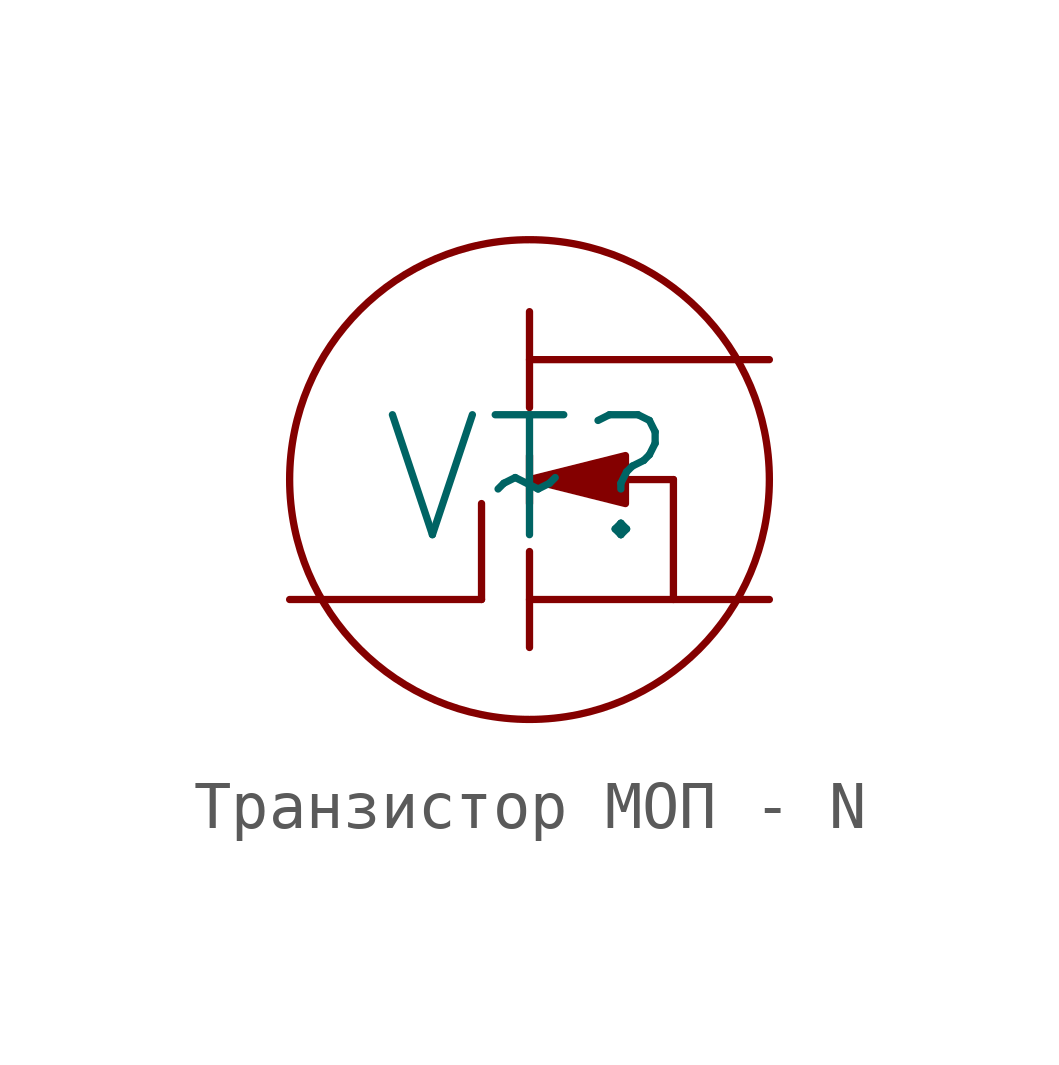
<source format=kicad_sym>
(kicad_symbol_lib
  (version 20220914)
  (generator kicad_symbol_editor)
  (symbol "Транзистор МОП - N"
    (pin_numbers hide)
    (pin_names
      (offset 0) hide)
    (property "Reference" "VT"
      (at 0 0 0)
      (effects (font (size 2.5 2.5))))
    (property "Value" "~"
      (at 0 0 0)
      (effects (font (size 2.5 2.5))))
    (symbol "Транзистор МОП - N_0_1"
      (polyline (pts (xy -1 -2.5) (xy -1 -0.5)) (stroke (width 0) (type default)) (fill (type none)))
      (polyline (pts (xy 0 -1.5) (xy 0 -3.5)) (stroke (width 0) (type default)) (fill (type none)))
      (polyline (pts (xy 0 0) (xy 3 0)) (stroke (width 0) (type default)) (fill (type none)))
      (polyline (pts (xy 0 0.5) (xy 0 -0.5)) (stroke (width 0) (type default)) (fill (type none)))
      (polyline (pts (xy 0 3.5) (xy 0 1.5)) (stroke (width 0) (type default)) (fill (type none)))
      (polyline (pts (xy 3 0) (xy 3 -2.5)) (stroke (width 0) (type default)) (fill (type none)))
      (circle (center 0 0) (radius 5) (stroke (width 0) (type default)) (fill (type none))))
    (symbol "Транзистор МОП - N_1_1"
      (polyline (pts (xy 0 0) (xy 2 0.5) (xy 2 -0.5) (xy 0 0)) (stroke (width 0) (type default)) (fill (type outline)))
      (pin input line (at -5 -2.5 0) (length 4) (name "" (effects (font (size 1.27 1.27)))) (number "1" (effects (font (size 1.27 1.27)))))
      (pin input line (at 5 -2.5 180) (length 5) (name "" (effects (font (size 1.27 1.27)))) (number "2" (effects (font (size 1.27 1.27)))))
      (pin input line (at 5 2.5 180) (length 5) (name "" (effects (font (size 1.27 1.27)))) (number "3" (effects (font (size 1.27 1.27))))))))
</source>
